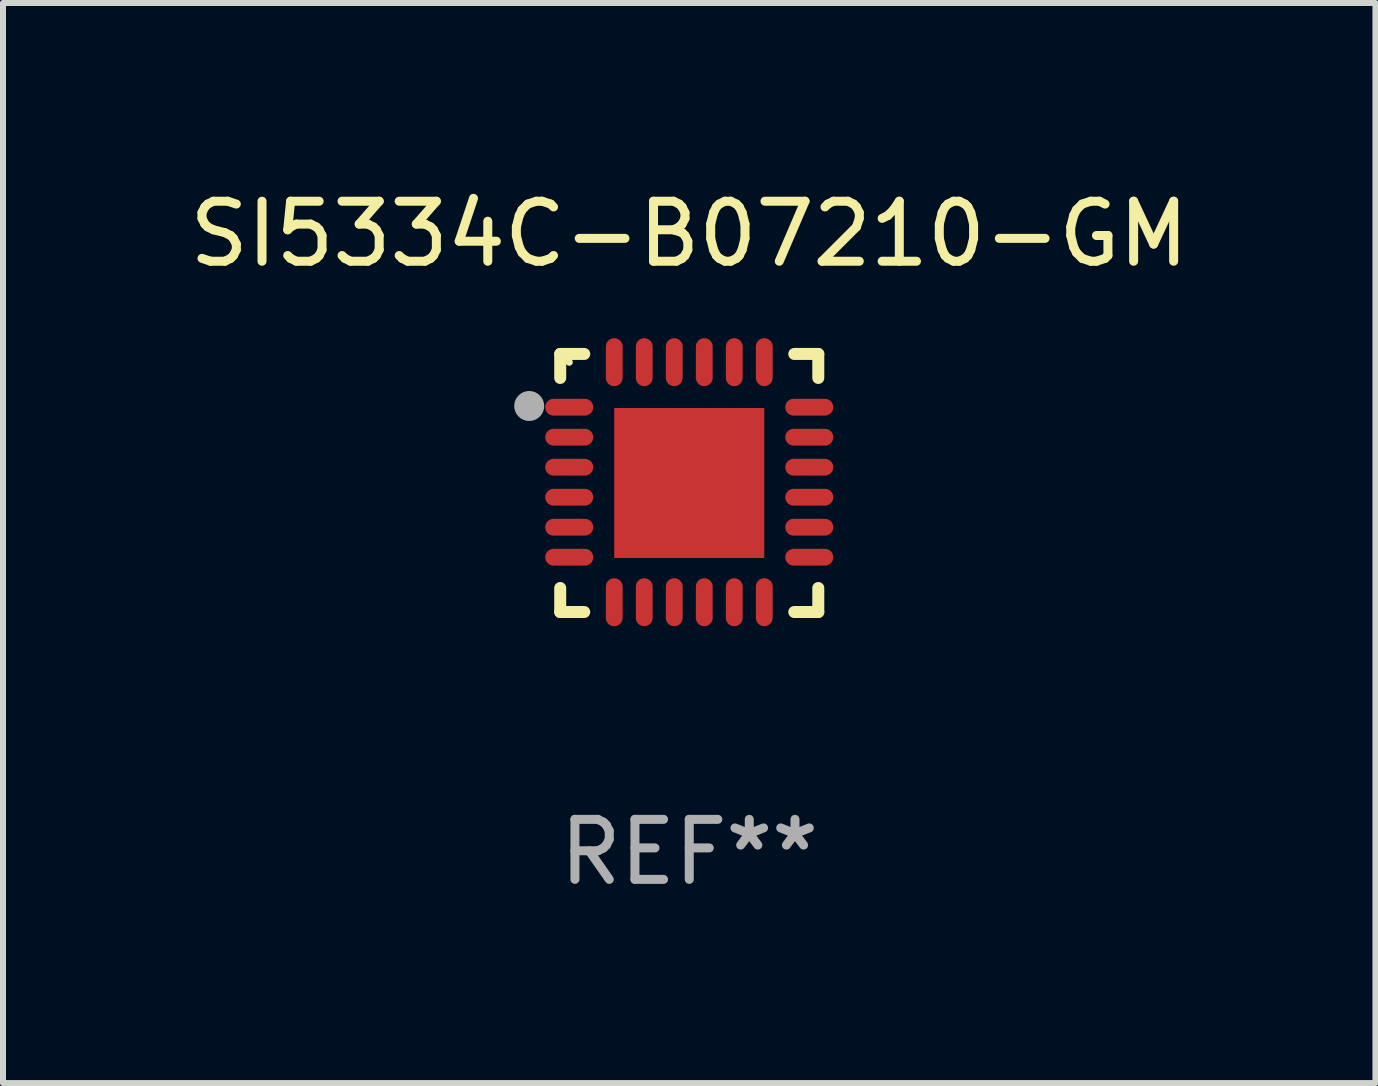
<source format=kicad_pcb>
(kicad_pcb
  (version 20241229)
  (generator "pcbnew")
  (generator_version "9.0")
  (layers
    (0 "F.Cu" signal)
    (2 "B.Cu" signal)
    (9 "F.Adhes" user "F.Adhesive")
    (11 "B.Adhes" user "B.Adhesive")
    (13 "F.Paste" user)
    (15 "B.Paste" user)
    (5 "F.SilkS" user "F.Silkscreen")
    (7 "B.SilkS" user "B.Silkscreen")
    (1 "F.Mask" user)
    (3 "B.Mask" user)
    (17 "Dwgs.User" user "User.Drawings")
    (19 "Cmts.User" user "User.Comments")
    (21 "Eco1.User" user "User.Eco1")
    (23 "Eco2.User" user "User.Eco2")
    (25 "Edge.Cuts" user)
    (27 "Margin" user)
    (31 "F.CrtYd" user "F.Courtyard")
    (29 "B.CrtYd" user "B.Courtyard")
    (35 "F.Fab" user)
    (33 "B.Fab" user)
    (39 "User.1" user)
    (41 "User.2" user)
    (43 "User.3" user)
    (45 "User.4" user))
  (footprint "SI5334C-B07210-GM"
    (layer "F.Cu")
    (at 8.435 4.998)
    (property "Reference" "SI5334C-B07210-GM" (at 0 -4.15 0) (layer "F.SilkS") (effects (font (size 1 1) (thickness 0.15))))
    (attr through_hole)
    (fp_line (start -2.15 -2.15) (end -1.75 -2.15) (stroke (width 0.2) (type solid)) (layer "F.SilkS"))
    (fp_line (start -2.15 -1.75) (end -2.15 -2.15) (stroke (width 0.2) (type solid)) (layer "F.SilkS"))
    (fp_line (start -2.15 2.15) (end -2.15 1.75) (stroke (width 0.2) (type solid)) (layer "F.SilkS"))
    (fp_line (start -1.75 2.15) (end -2.15 2.15) (stroke (width 0.2) (type solid)) (layer "F.SilkS"))
    (fp_line (start 1.75 -2.15) (end 2.15 -2.15) (stroke (width 0.2) (type solid)) (layer "F.SilkS"))
    (fp_line (start 1.75 2.15) (end 2.15 2.15) (stroke (width 0.2) (type solid)) (layer "F.SilkS"))
    (fp_line (start 2.15 -2.15) (end 2.15 -1.75) (stroke (width 0.2) (type solid)) (layer "F.SilkS"))
    (fp_line (start 2.15 2.15) (end 2.15 1.75) (stroke (width 0.2) (type solid)) (layer "F.SilkS"))
    (fp_circle (center -2 -2.013) (end -1.97 -2.013) (stroke (width 0.06) (type solid)) (fill no) (layer "F.SilkS"))
    (fp_circle (center -2.667 -1.283) (end -2.542 -1.283) (stroke (width 0.25) (type solid)) (fill no) (layer "F.Fab"))
    (fp_text user "REF**" (at 0 6.15 0) (layer "F.Fab") (effects (font (size 1 1) (thickness 0.15))))
    (pad "1" smd oval (at -2 -1.263) (size 0.8 0.28) (layers "F.Cu" "F.Mask" "F.Paste"))
    (pad "2" smd oval (at -2 -0.763) (size 0.8 0.28) (layers "F.Cu" "F.Mask" "F.Paste"))
    (pad "3" smd oval (at -2 -0.263) (size 0.8 0.28) (layers "F.Cu" "F.Mask" "F.Paste"))
    (pad "4" smd oval (at -2 0.237) (size 0.8 0.28) (layers "F.Cu" "F.Mask" "F.Paste"))
    (pad "5" smd oval (at -2 0.737) (size 0.8 0.28) (layers "F.Cu" "F.Mask" "F.Paste"))
    (pad "6" smd oval (at -2 1.237) (size 0.8 0.28) (layers "F.Cu" "F.Mask" "F.Paste"))
    (pad "7" smd oval (at -1.25 1.987) (size 0.28 0.8) (layers "F.Cu" "F.Mask" "F.Paste"))
    (pad "8" smd oval (at -0.75 1.987) (size 0.28 0.8) (layers "F.Cu" "F.Mask" "F.Paste"))
    (pad "9" smd oval (at -0.25 1.987) (size 0.28 0.8) (layers "F.Cu" "F.Mask" "F.Paste"))
    (pad "10" smd oval (at 0.25 1.987) (size 0.28 0.8) (layers "F.Cu" "F.Mask" "F.Paste"))
    (pad "11" smd oval (at 0.75 1.987) (size 0.28 0.8) (layers "F.Cu" "F.Mask" "F.Paste"))
    (pad "12" smd oval (at 1.25 1.987) (size 0.28 0.8) (layers "F.Cu" "F.Mask" "F.Paste"))
    (pad "13" smd oval (at 2 1.237) (size 0.8 0.28) (layers "F.Cu" "F.Mask" "F.Paste"))
    (pad "14" smd oval (at 2 0.737) (size 0.8 0.28) (layers "F.Cu" "F.Mask" "F.Paste"))
    (pad "15" smd oval (at 2 0.237) (size 0.8 0.28) (layers "F.Cu" "F.Mask" "F.Paste"))
    (pad "16" smd oval (at 2 -0.263) (size 0.8 0.28) (layers "F.Cu" "F.Mask" "F.Paste"))
    (pad "17" smd oval (at 2 -0.763) (size 0.8 0.28) (layers "F.Cu" "F.Mask" "F.Paste"))
    (pad "18" smd oval (at 2 -1.263) (size 0.8 0.28) (layers "F.Cu" "F.Mask" "F.Paste"))
    (pad "19" smd oval (at 1.25 -2.013) (size 0.28 0.8) (layers "F.Cu" "F.Mask" "F.Paste"))
    (pad "20" smd oval (at 0.75 -2.013) (size 0.28 0.8) (layers "F.Cu" "F.Mask" "F.Paste"))
    (pad "21" smd oval (at 0.25 -2.013) (size 0.28 0.8) (layers "F.Cu" "F.Mask" "F.Paste"))
    (pad "22" smd oval (at -0.25 -2.013) (size 0.28 0.8) (layers "F.Cu" "F.Mask" "F.Paste"))
    (pad "23" smd oval (at -0.75 -2.013) (size 0.28 0.8) (layers "F.Cu" "F.Mask" "F.Paste"))
    (pad "24" smd oval (at -1.25 -2.013) (size 0.28 0.8) (layers "F.Cu" "F.Mask" "F.Paste"))
    (pad "25" smd rect (at -0.000127 -0.00014) (size 2.5 2.5) (layers "F.Cu" "F.Mask" "F.Paste")))
  (gr_rect
    (start -3 -3)
    (end 19.869 14.997)
    (stroke (width 0.1) (type default))
    (fill no)
    (layer "Edge.Cuts")))
</source>
